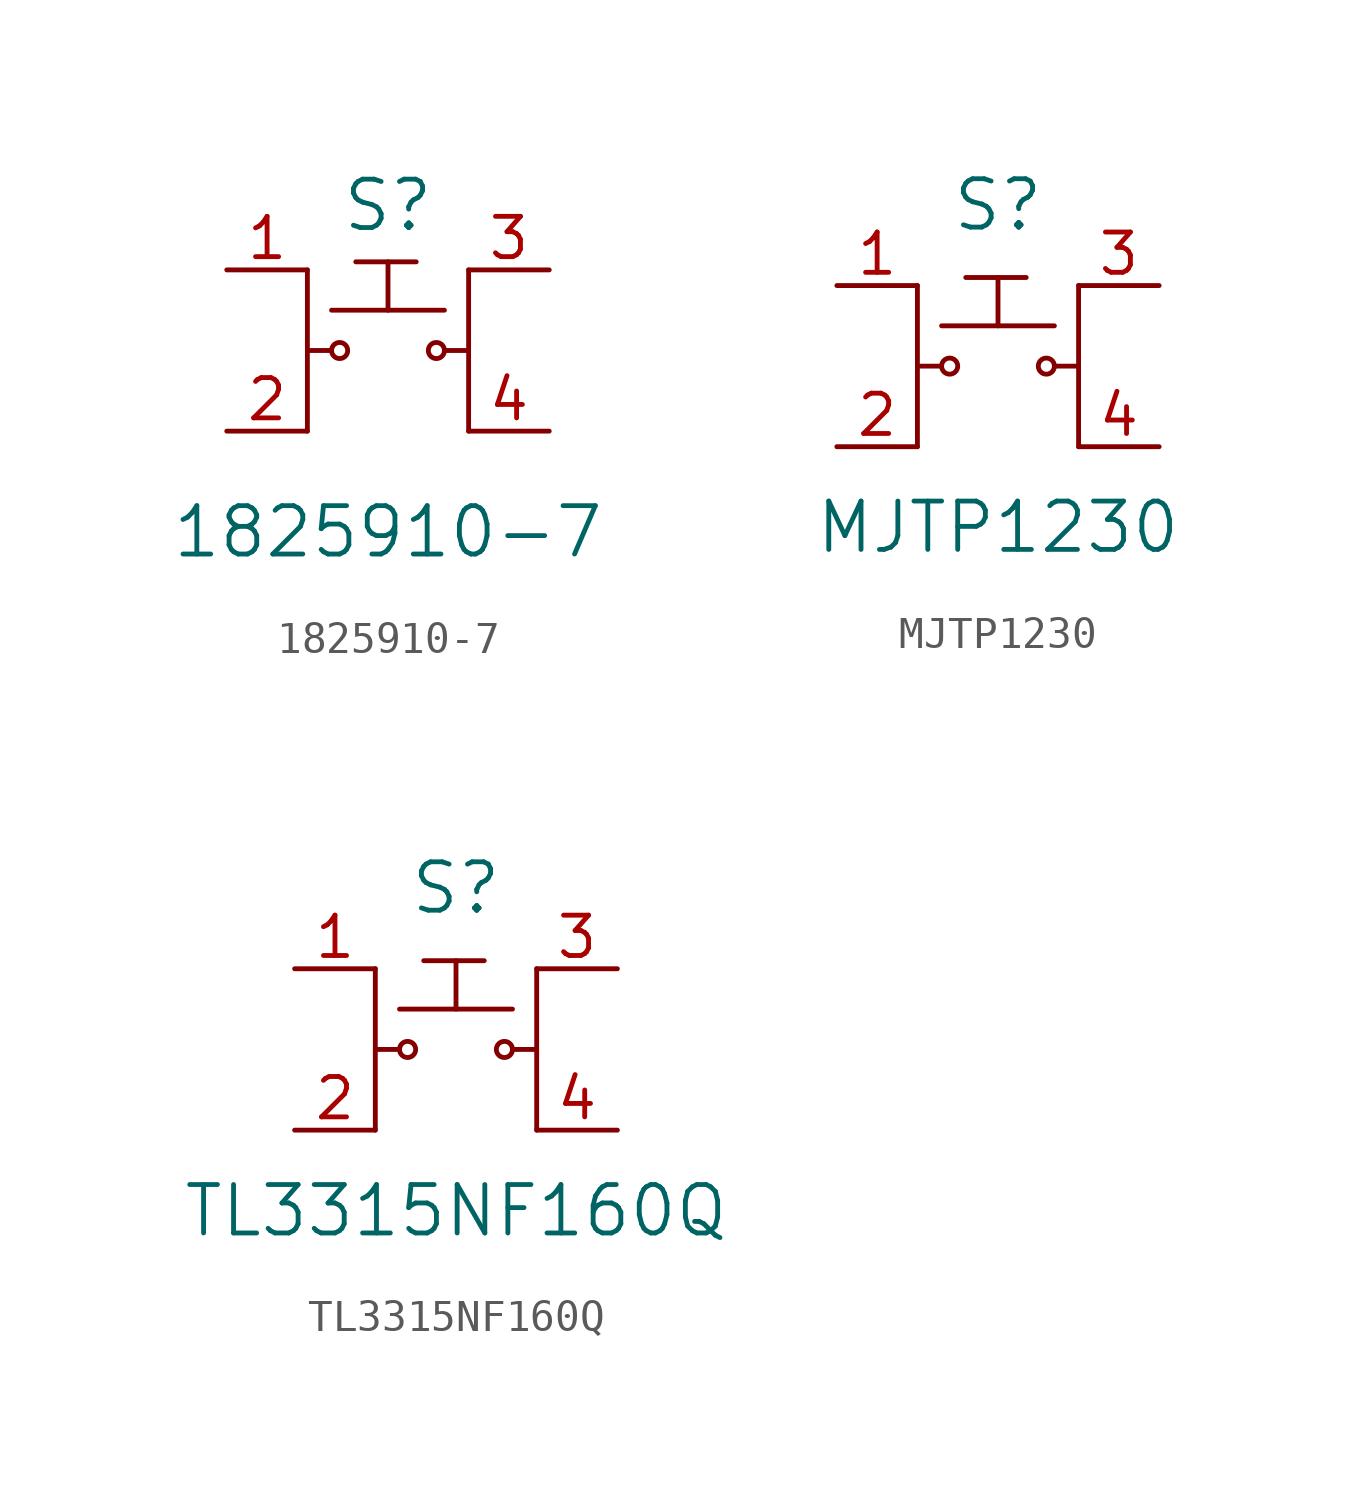
<source format=kicad_sym>
(kicad_symbol_lib
  (version 20220914)
  (generator kicad_symbol_editor)
  (symbol "1825910-7"
    (pin_names
      (offset 1.016))
    (property "Reference" "S"
      (at 0 4.572 0)
      (effects (font (size 1.524 1.524))))
    (property "Value" "1825910-7"
      (at 0 -5.715 0)
      (effects (font (size 1.524 1.524))))
    (symbol "1825910-7_0_1"
      (circle (center -1.524 0) (radius 0.254) (stroke (width 0) (type solid)) (fill (type none)))
      (polyline (pts (xy -2.54 2.54) (xy -2.54 -2.54)) (stroke (width 0) (type solid)) (fill (type none)))
      (polyline (pts (xy -1.778 0) (xy -2.54 0)) (stroke (width 0) (type solid)) (fill (type none)))
      (polyline (pts (xy -1.778 1.27) (xy 1.778 1.27)) (stroke (width 0) (type solid)) (fill (type none)))
      (polyline (pts (xy 2.54 -2.54) (xy 2.54 2.54)) (stroke (width 0) (type solid)) (fill (type none)))
      (polyline (pts (xy 2.54 0) (xy 1.778 0)) (stroke (width 0) (type solid)) (fill (type none)))
      (circle (center 1.524 0) (radius 0.254) (stroke (width 0) (type solid)) (fill (type none))))
    (symbol "1825910-7_1_1"
      (polyline (pts (xy -1.016 2.794) (xy 0.889 2.794)) (stroke (width 0) (type solid)) (fill (type none)))
      (polyline (pts (xy 0 2.794) (xy 0 1.27)) (stroke (width 0) (type solid)) (fill (type none)))
      (pin passive line (at -5.08 2.54 0) (length 2.54) (name "~" (effects (font (size 1.27 1.27)))) (number "1" (effects (font (size 1.27 1.27)))))
      (pin passive line (at -5.08 -2.54 0) (length 2.54) (name "~" (effects (font (size 1.27 1.27)))) (number "2" (effects (font (size 1.27 1.27)))))
      (pin passive line (at 5.08 2.54 180) (length 2.54) (name "~" (effects (font (size 1.27 1.27)))) (number "3" (effects (font (size 1.27 1.27)))))
      (pin passive line (at 5.08 -2.54 180) (length 2.54) (name "~" (effects (font (size 1.27 1.27)))) (number "4" (effects (font (size 1.27 1.27)))))))
  (symbol "MJTP1230"
    (pin_names
      (offset 1.016))
    (property "Reference" "S"
      (at 0 5.08 0)
      (effects (font (size 1.524 1.524))))
    (property "Value" "MJTP1230"
      (at 0 -5.08 0)
      (effects (font (size 1.524 1.524))))
    (symbol "MJTP1230_0_1"
      (circle (center -1.524 0) (radius 0.254) (stroke (width 0) (type solid)) (fill (type none)))
      (polyline (pts (xy -2.54 2.54) (xy -2.54 -2.54)) (stroke (width 0) (type solid)) (fill (type none)))
      (polyline (pts (xy -1.778 0) (xy -2.54 0)) (stroke (width 0) (type solid)) (fill (type none)))
      (polyline (pts (xy -1.778 1.27) (xy 1.778 1.27)) (stroke (width 0) (type solid)) (fill (type none)))
      (polyline (pts (xy 2.54 -2.54) (xy 2.54 2.54)) (stroke (width 0) (type solid)) (fill (type none)))
      (polyline (pts (xy 2.54 0) (xy 1.778 0)) (stroke (width 0) (type solid)) (fill (type none)))
      (circle (center 1.524 0) (radius 0.254) (stroke (width 0) (type solid)) (fill (type none))))
    (symbol "MJTP1230_1_1"
      (polyline (pts (xy -1.016 2.794) (xy 0.889 2.794)) (stroke (width 0) (type solid)) (fill (type none)))
      (polyline (pts (xy 0 2.794) (xy 0 1.27)) (stroke (width 0) (type solid)) (fill (type none)))
      (pin passive line (at -5.08 2.54 0) (length 2.54) (name "~" (effects (font (size 1.27 1.27)))) (number "1" (effects (font (size 1.27 1.27)))))
      (pin passive line (at -5.08 -2.54 0) (length 2.54) (name "~" (effects (font (size 1.27 1.27)))) (number "2" (effects (font (size 1.27 1.27)))))
      (pin passive line (at 5.08 2.54 180) (length 2.54) (name "~" (effects (font (size 1.27 1.27)))) (number "3" (effects (font (size 1.27 1.27)))))
      (pin passive line (at 5.08 -2.54 180) (length 2.54) (name "~" (effects (font (size 1.27 1.27)))) (number "4" (effects (font (size 1.27 1.27)))))))
  (symbol "TL3315NF160Q"
    (pin_names
      (offset 1.016))
    (property "Reference" "S"
      (at 0 5.08 0)
      (effects (font (size 1.524 1.524))))
    (property "Value" "TL3315NF160Q"
      (at 0 -5.08 0)
      (effects (font (size 1.524 1.524))))
    (symbol "TL3315NF160Q_0_1"
      (circle (center -1.524 0) (radius 0.254) (stroke (width 0) (type solid)) (fill (type none)))
      (polyline (pts (xy -2.54 2.54) (xy -2.54 -2.54)) (stroke (width 0) (type solid)) (fill (type none)))
      (polyline (pts (xy -1.778 0) (xy -2.54 0)) (stroke (width 0) (type solid)) (fill (type none)))
      (polyline (pts (xy -1.778 1.27) (xy 1.778 1.27)) (stroke (width 0) (type solid)) (fill (type none)))
      (polyline (pts (xy 2.54 -2.54) (xy 2.54 2.54)) (stroke (width 0) (type solid)) (fill (type none)))
      (polyline (pts (xy 2.54 0) (xy 1.778 0)) (stroke (width 0) (type solid)) (fill (type none)))
      (circle (center 1.524 0) (radius 0.254) (stroke (width 0) (type solid)) (fill (type none))))
    (symbol "TL3315NF160Q_1_1"
      (polyline (pts (xy -1.016 2.794) (xy 0.889 2.794)) (stroke (width 0) (type solid)) (fill (type none)))
      (polyline (pts (xy 0 2.794) (xy 0 1.27)) (stroke (width 0) (type solid)) (fill (type none)))
      (pin passive line (at -5.08 2.54 0) (length 2.54) (name "~" (effects (font (size 1.27 1.27)))) (number "1" (effects (font (size 1.27 1.27)))))
      (pin passive line (at -5.08 -2.54 0) (length 2.54) (name "~" (effects (font (size 1.27 1.27)))) (number "2" (effects (font (size 1.27 1.27)))))
      (pin passive line (at 5.08 2.54 180) (length 2.54) (name "~" (effects (font (size 1.27 1.27)))) (number "3" (effects (font (size 1.27 1.27)))))
      (pin passive line (at 5.08 -2.54 180) (length 2.54) (name "~" (effects (font (size 1.27 1.27)))) (number "4" (effects (font (size 1.27 1.27))))))))
</source>
